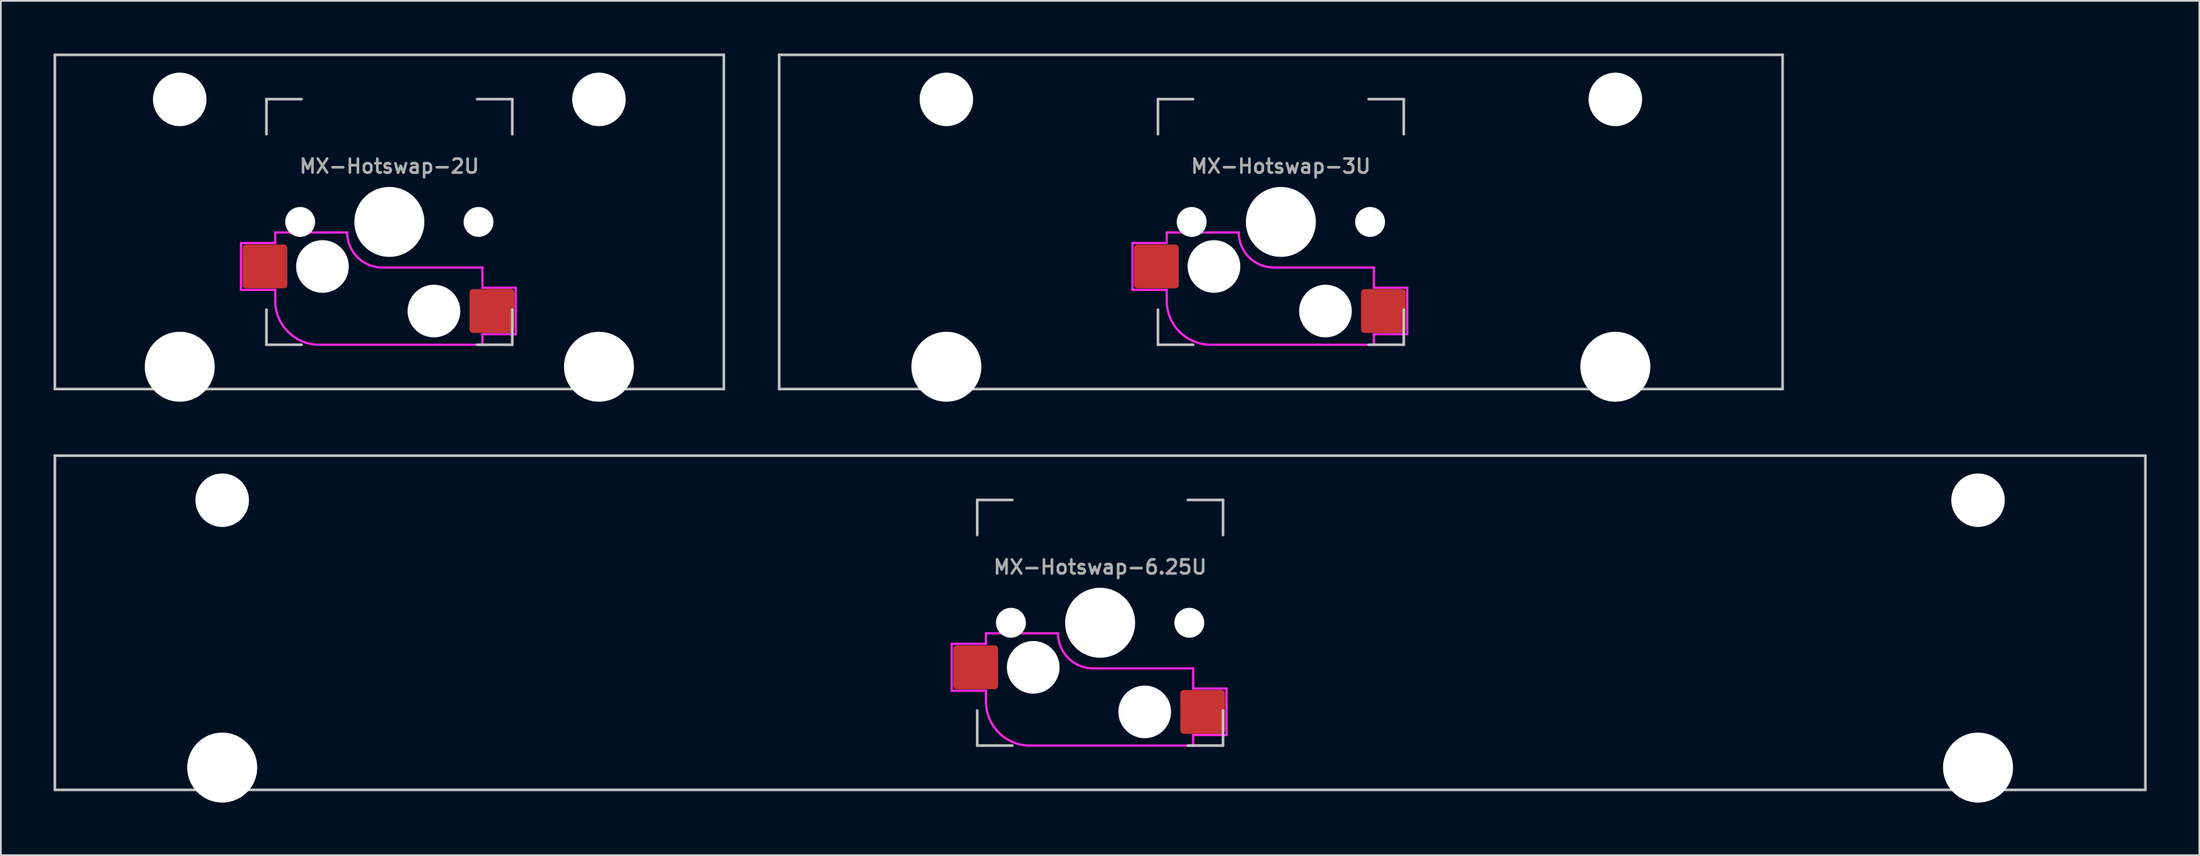
<source format=kicad_pcb>
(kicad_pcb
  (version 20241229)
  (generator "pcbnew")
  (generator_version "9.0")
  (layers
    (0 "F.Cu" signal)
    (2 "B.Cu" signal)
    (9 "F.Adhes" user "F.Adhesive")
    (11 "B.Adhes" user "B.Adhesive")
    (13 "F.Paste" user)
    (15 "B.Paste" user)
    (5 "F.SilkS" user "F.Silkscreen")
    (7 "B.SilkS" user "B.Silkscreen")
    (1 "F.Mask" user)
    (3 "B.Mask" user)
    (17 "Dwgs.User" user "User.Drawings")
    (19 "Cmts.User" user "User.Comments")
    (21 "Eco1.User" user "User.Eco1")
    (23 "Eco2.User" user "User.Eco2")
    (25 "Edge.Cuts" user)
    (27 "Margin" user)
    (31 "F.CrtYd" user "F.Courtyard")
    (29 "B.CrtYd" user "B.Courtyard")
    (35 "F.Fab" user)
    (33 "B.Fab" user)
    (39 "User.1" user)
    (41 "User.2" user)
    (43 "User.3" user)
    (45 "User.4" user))
  (footprint "MX-Hotswap-3U"
    (layer "F.Cu")
    (at 69.9 9.6)
    (property "Reference" "MX-Hotswap-3U" (at 0 -3.175 180) (layer "F.Fab") (effects (font (size 0.8 0.8) (thickness 0.15))))
    (attr smd)
    (fp_line (start -28.575 9.525) (end -28.575 -9.525) (stroke (width 0.15) (type solid)) (layer "Dwgs.User"))
    (fp_line (start -7 -7) (end -7 -5) (stroke (width 0.15) (type solid)) (layer "Dwgs.User"))
    (fp_line (start -7 5) (end -7 7) (stroke (width 0.15) (type solid)) (layer "Dwgs.User"))
    (fp_line (start -7 7) (end -5 7) (stroke (width 0.15) (type solid)) (layer "Dwgs.User"))
    (fp_line (start -5 -7) (end -7 -7) (stroke (width 0.15) (type solid)) (layer "Dwgs.User"))
    (fp_line (start 7 -7) (end 5 -7) (stroke (width 0.15) (type solid)) (layer "Dwgs.User"))
    (fp_line (start 7 -5) (end 7 -7) (stroke (width 0.15) (type solid)) (layer "Dwgs.User"))
    (fp_line (start 7 5) (end 7 7) (stroke (width 0.15) (type solid)) (layer "Dwgs.User"))
    (fp_line (start 7 7) (end 5 7) (stroke (width 0.15) (type solid)) (layer "Dwgs.User"))
    (fp_line (start 28.575 -9.525) (end -28.575 -9.525) (stroke (width 0.15) (type solid)) (layer "Dwgs.User"))
    (fp_line (start 28.575 9.525) (end -28.575 9.525) (stroke (width 0.15) (type solid)) (layer "Dwgs.User"))
    (fp_line (start 28.575 9.525) (end 28.575 -9.525) (stroke (width 0.15) (type solid)) (layer "Dwgs.User"))
    (fp_line (start -8.45 1.2) (end -8.45 3.875) (stroke (width 0.127) (type solid)) (layer "F.CrtYd"))
    (fp_line (start -8.45 3.875) (end -6.5 3.875) (stroke (width 0.127) (type solid)) (layer "F.CrtYd"))
    (fp_line (start -6.5 1.2) (end -8.45 1.2) (stroke (width 0.127) (type solid)) (layer "F.CrtYd"))
    (fp_line (start -6.5 1.2) (end -6.5 0.6) (stroke (width 0.127) (type solid)) (layer "F.CrtYd"))
    (fp_line (start -6.5 3.875) (end -6.5 4.5) (stroke (width 0.127) (type solid)) (layer "F.CrtYd"))
    (fp_line (start -4 7) (end 5.3 7) (stroke (width 0.127) (type solid)) (layer "F.CrtYd"))
    (fp_line (start -2.4 0.6) (end -6.5 0.6) (stroke (width 0.127) (type solid)) (layer "F.CrtYd"))
    (fp_line (start 5.3 2.6) (end -0.4 2.6) (stroke (width 0.127) (type solid)) (layer "F.CrtYd"))
    (fp_line (start 5.3 3.75) (end 5.3 2.6) (stroke (width 0.127) (type solid)) (layer "F.CrtYd"))
    (fp_line (start 5.3 3.75) (end 7.2 3.75) (stroke (width 0.127) (type solid)) (layer "F.CrtYd"))
    (fp_line (start 5.3 6.4) (end 5.3 7) (stroke (width 0.127) (type solid)) (layer "F.CrtYd"))
    (fp_line (start 7.2 3.75) (end 7.2 6.4) (stroke (width 0.127) (type solid)) (layer "F.CrtYd"))
    (fp_line (start 7.2 6.4) (end 5.3 6.4) (stroke (width 0.127) (type solid)) (layer "F.CrtYd"))
    (fp_arc (start -4 7) (mid -5.767767 6.267767) (end -6.5 4.5) (stroke (width 0.127) (type solid)) (layer "F.CrtYd"))
    (fp_arc (start -0.4 2.6) (mid -1.814214 2.014214) (end -2.4 0.6) (stroke (width 0.127) (type solid)) (layer "F.CrtYd"))
    (pad "" np_thru_hole circle (at -19.05 -6.985) (size 3.048 3.048) (drill 3.048) (layers "*.Cu" "*.Mask"))
    (pad "" np_thru_hole circle (at -19.05 8.255) (size 3.988 3.988) (drill 3.988) (layers "*.Cu" "*.Mask"))
    (pad "" np_thru_hole circle (at -5.08 0 131.901) (size 1.702 1.702) (drill 1.702) (layers "*.Cu" "*.Mask"))
    (pad "" np_thru_hole circle (at -3.81 2.54 180) (size 3 3) (drill 3) (layers "*.Cu" "*.Mask"))
    (pad "" np_thru_hole circle (at 0 0 180) (size 3.988 3.988) (drill 3.988) (layers "*.Cu" "*.Mask"))
    (pad "" np_thru_hole circle (at 2.54 5.08 180) (size 3 3) (drill 3) (layers "*.Cu" "*.Mask"))
    (pad "" np_thru_hole circle (at 5.08 0 131.901) (size 1.702 1.702) (drill 1.702) (layers "*.Cu" "*.Mask"))
    (pad "" np_thru_hole circle (at 19.05 -6.985) (size 3.048 3.048) (drill 3.048) (layers "*.Cu" "*.Mask"))
    (pad "" np_thru_hole circle (at 19.05 8.255) (size 3.988 3.988) (drill 3.988) (layers "*.Cu" "*.Mask"))
    (pad "1" smd roundrect (at -7.085 2.54 180) (size 2.55 2.5) (layers "F.Cu" "F.Mask" "F.Paste") (roundrect_rratio 0.08))
    (pad "2" smd roundrect (at 5.842 5.08 180) (size 2.55 2.5) (layers "F.Cu" "F.Mask" "F.Paste") (roundrect_rratio 0.08)))
  (footprint "MX-Hotswap-2U"
    (layer "F.Cu")
    (at 19.125 9.6)
    (property "Reference" "MX-Hotswap-2U" (at 0 -3.175 180) (layer "F.Fab") (effects (font (size 0.8 0.8) (thickness 0.15))))
    (attr smd)
    (fp_line (start -19.05 9.525) (end -19.05 -9.525) (stroke (width 0.15) (type solid)) (layer "Dwgs.User"))
    (fp_line (start -7 -7) (end -7 -5) (stroke (width 0.15) (type solid)) (layer "Dwgs.User"))
    (fp_line (start -7 5) (end -7 7) (stroke (width 0.15) (type solid)) (layer "Dwgs.User"))
    (fp_line (start -7 7) (end -5 7) (stroke (width 0.15) (type solid)) (layer "Dwgs.User"))
    (fp_line (start -5 -7) (end -7 -7) (stroke (width 0.15) (type solid)) (layer "Dwgs.User"))
    (fp_line (start 7 -7) (end 5 -7) (stroke (width 0.15) (type solid)) (layer "Dwgs.User"))
    (fp_line (start 7 -5) (end 7 -7) (stroke (width 0.15) (type solid)) (layer "Dwgs.User"))
    (fp_line (start 7 5) (end 7 7) (stroke (width 0.15) (type solid)) (layer "Dwgs.User"))
    (fp_line (start 7 7) (end 5 7) (stroke (width 0.15) (type solid)) (layer "Dwgs.User"))
    (fp_line (start 19.05 -9.525) (end -19.05 -9.525) (stroke (width 0.15) (type solid)) (layer "Dwgs.User"))
    (fp_line (start 19.05 9.525) (end -19.05 9.525) (stroke (width 0.15) (type solid)) (layer "Dwgs.User"))
    (fp_line (start 19.05 9.525) (end 19.05 -9.525) (stroke (width 0.15) (type solid)) (layer "Dwgs.User"))
    (fp_line (start -8.45 1.2) (end -8.45 3.875) (stroke (width 0.127) (type solid)) (layer "F.CrtYd"))
    (fp_line (start -8.45 3.875) (end -6.5 3.875) (stroke (width 0.127) (type solid)) (layer "F.CrtYd"))
    (fp_line (start -6.5 1.2) (end -8.45 1.2) (stroke (width 0.127) (type solid)) (layer "F.CrtYd"))
    (fp_line (start -6.5 1.2) (end -6.5 0.6) (stroke (width 0.127) (type solid)) (layer "F.CrtYd"))
    (fp_line (start -6.5 3.875) (end -6.5 4.5) (stroke (width 0.127) (type solid)) (layer "F.CrtYd"))
    (fp_line (start -4 7) (end 5.3 7) (stroke (width 0.127) (type solid)) (layer "F.CrtYd"))
    (fp_line (start -2.4 0.6) (end -6.5 0.6) (stroke (width 0.127) (type solid)) (layer "F.CrtYd"))
    (fp_line (start 5.3 2.6) (end -0.4 2.6) (stroke (width 0.127) (type solid)) (layer "F.CrtYd"))
    (fp_line (start 5.3 3.75) (end 5.3 2.6) (stroke (width 0.127) (type solid)) (layer "F.CrtYd"))
    (fp_line (start 5.3 3.75) (end 7.2 3.75) (stroke (width 0.127) (type solid)) (layer "F.CrtYd"))
    (fp_line (start 5.3 6.4) (end 5.3 7) (stroke (width 0.127) (type solid)) (layer "F.CrtYd"))
    (fp_line (start 7.2 3.75) (end 7.2 6.4) (stroke (width 0.127) (type solid)) (layer "F.CrtYd"))
    (fp_line (start 7.2 6.4) (end 5.3 6.4) (stroke (width 0.127) (type solid)) (layer "F.CrtYd"))
    (fp_arc (start -4 7) (mid -5.767767 6.267767) (end -6.5 4.5) (stroke (width 0.127) (type solid)) (layer "F.CrtYd"))
    (fp_arc (start -0.4 2.6) (mid -1.814214 2.014214) (end -2.4 0.6) (stroke (width 0.127) (type solid)) (layer "F.CrtYd"))
    (pad "" np_thru_hole circle (at -11.938 -6.985) (size 3.048 3.048) (drill 3.048) (layers "*.Cu" "*.Mask"))
    (pad "" np_thru_hole circle (at -11.938 8.255) (size 3.988 3.988) (drill 3.988) (layers "*.Cu" "*.Mask"))
    (pad "" np_thru_hole circle (at -5.08 0 131.901) (size 1.702 1.702) (drill 1.702) (layers "*.Cu" "*.Mask"))
    (pad "" np_thru_hole circle (at -3.81 2.54 180) (size 3 3) (drill 3) (layers "*.Cu" "*.Mask"))
    (pad "" np_thru_hole circle (at 0 0 180) (size 3.988 3.988) (drill 3.988) (layers "*.Cu" "*.Mask"))
    (pad "" np_thru_hole circle (at 2.54 5.08 180) (size 3 3) (drill 3) (layers "*.Cu" "*.Mask"))
    (pad "" np_thru_hole circle (at 5.08 0 131.901) (size 1.702 1.702) (drill 1.702) (layers "*.Cu" "*.Mask"))
    (pad "" np_thru_hole circle (at 11.938 -6.985) (size 3.048 3.048) (drill 3.048) (layers "*.Cu" "*.Mask"))
    (pad "" np_thru_hole circle (at 11.938 8.255) (size 3.988 3.988) (drill 3.988) (layers "*.Cu" "*.Mask"))
    (pad "1" smd roundrect (at -7.085 2.54 180) (size 2.55 2.5) (layers "F.Cu" "F.Mask" "F.Paste") (roundrect_rratio 0.08))
    (pad "2" smd roundrect (at 5.842 5.08 180) (size 2.55 2.5) (layers "F.Cu" "F.Mask" "F.Paste") (roundrect_rratio 0.08)))
  (footprint "MX-Hotswap-6.25U"
    (layer "F.Cu")
    (at 59.606 32.449)
    (property "Reference" "MX-Hotswap-6.25U" (at 0 -3.175 180) (layer "F.Fab") (effects (font (size 0.8 0.8) (thickness 0.15))))
    (attr smd)
    (fp_line (start -59.531 9.525) (end -59.531 -9.525) (stroke (width 0.15) (type solid)) (layer "Dwgs.User"))
    (fp_line (start -7 -7) (end -7 -5) (stroke (width 0.15) (type solid)) (layer "Dwgs.User"))
    (fp_line (start -7 5) (end -7 7) (stroke (width 0.15) (type solid)) (layer "Dwgs.User"))
    (fp_line (start -7 7) (end -5 7) (stroke (width 0.15) (type solid)) (layer "Dwgs.User"))
    (fp_line (start -5 -7) (end -7 -7) (stroke (width 0.15) (type solid)) (layer "Dwgs.User"))
    (fp_line (start 7 -7) (end 5 -7) (stroke (width 0.15) (type solid)) (layer "Dwgs.User"))
    (fp_line (start 7 -5) (end 7 -7) (stroke (width 0.15) (type solid)) (layer "Dwgs.User"))
    (fp_line (start 7 5) (end 7 7) (stroke (width 0.15) (type solid)) (layer "Dwgs.User"))
    (fp_line (start 7 7) (end 5 7) (stroke (width 0.15) (type solid)) (layer "Dwgs.User"))
    (fp_line (start 59.531 -9.525) (end -59.531 -9.525) (stroke (width 0.15) (type solid)) (layer "Dwgs.User"))
    (fp_line (start 59.531 9.525) (end -59.531 9.525) (stroke (width 0.15) (type solid)) (layer "Dwgs.User"))
    (fp_line (start 59.531 9.525) (end 59.531 -9.525) (stroke (width 0.15) (type solid)) (layer "Dwgs.User"))
    (fp_line (start -8.45 1.2) (end -8.45 3.875) (stroke (width 0.127) (type solid)) (layer "F.CrtYd"))
    (fp_line (start -8.45 3.875) (end -6.5 3.875) (stroke (width 0.127) (type solid)) (layer "F.CrtYd"))
    (fp_line (start -6.5 1.2) (end -8.45 1.2) (stroke (width 0.127) (type solid)) (layer "F.CrtYd"))
    (fp_line (start -6.5 1.2) (end -6.5 0.6) (stroke (width 0.127) (type solid)) (layer "F.CrtYd"))
    (fp_line (start -6.5 3.875) (end -6.5 4.5) (stroke (width 0.127) (type solid)) (layer "F.CrtYd"))
    (fp_line (start -4 7) (end 5.3 7) (stroke (width 0.127) (type solid)) (layer "F.CrtYd"))
    (fp_line (start -2.4 0.6) (end -6.5 0.6) (stroke (width 0.127) (type solid)) (layer "F.CrtYd"))
    (fp_line (start 5.3 2.6) (end -0.4 2.6) (stroke (width 0.127) (type solid)) (layer "F.CrtYd"))
    (fp_line (start 5.3 3.75) (end 5.3 2.6) (stroke (width 0.127) (type solid)) (layer "F.CrtYd"))
    (fp_line (start 5.3 3.75) (end 7.2 3.75) (stroke (width 0.127) (type solid)) (layer "F.CrtYd"))
    (fp_line (start 5.3 6.4) (end 5.3 7) (stroke (width 0.127) (type solid)) (layer "F.CrtYd"))
    (fp_line (start 7.2 3.75) (end 7.2 6.4) (stroke (width 0.127) (type solid)) (layer "F.CrtYd"))
    (fp_line (start 7.2 6.4) (end 5.3 6.4) (stroke (width 0.127) (type solid)) (layer "F.CrtYd"))
    (fp_arc (start -4 7) (mid -5.767767 6.267767) (end -6.5 4.5) (stroke (width 0.127) (type solid)) (layer "F.CrtYd"))
    (fp_arc (start -0.4 2.6) (mid -1.814214 2.014214) (end -2.4 0.6) (stroke (width 0.127) (type solid)) (layer "F.CrtYd"))
    (pad "" np_thru_hole circle (at -50 -6.985) (size 3.048 3.048) (drill 3.048) (layers "*.Cu" "*.Mask"))
    (pad "" np_thru_hole circle (at -50 8.255) (size 3.988 3.988) (drill 3.988) (layers "*.Cu" "*.Mask"))
    (pad "" np_thru_hole circle (at -5.08 0 131.901) (size 1.702 1.702) (drill 1.702) (layers "*.Cu" "*.Mask"))
    (pad "" np_thru_hole circle (at -3.81 2.54 180) (size 3 3) (drill 3) (layers "*.Cu" "*.Mask"))
    (pad "" np_thru_hole circle (at 0 0 180) (size 3.988 3.988) (drill 3.988) (layers "*.Cu" "*.Mask"))
    (pad "" np_thru_hole circle (at 2.54 5.08 180) (size 3 3) (drill 3) (layers "*.Cu" "*.Mask"))
    (pad "" np_thru_hole circle (at 5.08 0 131.901) (size 1.702 1.702) (drill 1.702) (layers "*.Cu" "*.Mask"))
    (pad "" np_thru_hole circle (at 50 -6.985) (size 3.048 3.048) (drill 3.048) (layers "*.Cu" "*.Mask"))
    (pad "" np_thru_hole circle (at 50 8.255) (size 3.988 3.988) (drill 3.988) (layers "*.Cu" "*.Mask"))
    (pad "1" smd roundrect (at -7.085 2.54 180) (size 2.55 2.5) (layers "F.Cu" "F.Mask" "F.Paste") (roundrect_rratio 0.08))
    (pad "2" smd roundrect (at 5.842 5.08 180) (size 2.55 2.5) (layers "F.Cu" "F.Mask" "F.Paste") (roundrect_rratio 0.08)))
  (gr_rect
    (start -3 -3)
    (end 122.213 45.698)
    (stroke (width 0.1) (type default))
    (fill no)
    (layer "Edge.Cuts")))
</source>
